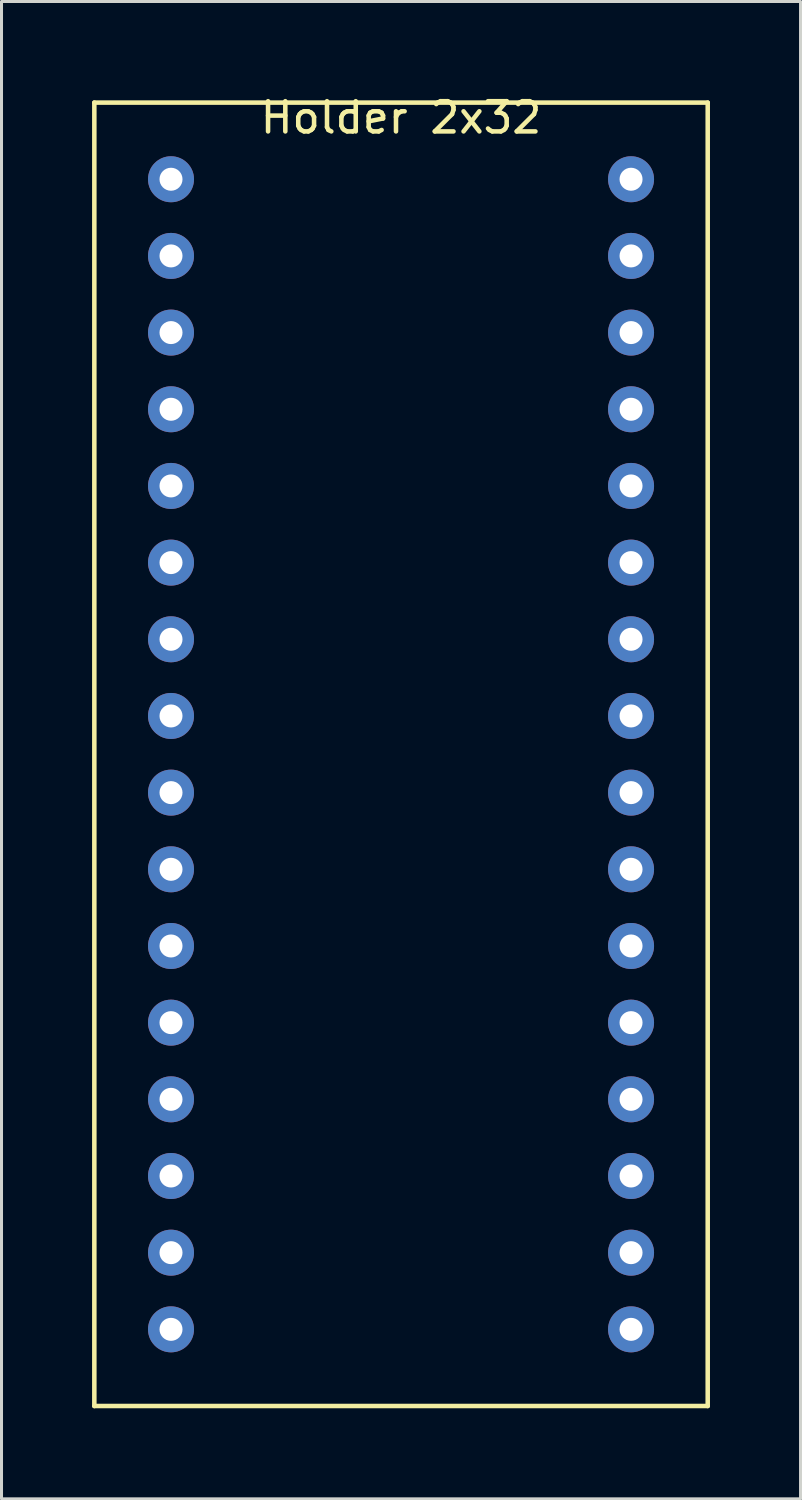
<source format=kicad_pcb>
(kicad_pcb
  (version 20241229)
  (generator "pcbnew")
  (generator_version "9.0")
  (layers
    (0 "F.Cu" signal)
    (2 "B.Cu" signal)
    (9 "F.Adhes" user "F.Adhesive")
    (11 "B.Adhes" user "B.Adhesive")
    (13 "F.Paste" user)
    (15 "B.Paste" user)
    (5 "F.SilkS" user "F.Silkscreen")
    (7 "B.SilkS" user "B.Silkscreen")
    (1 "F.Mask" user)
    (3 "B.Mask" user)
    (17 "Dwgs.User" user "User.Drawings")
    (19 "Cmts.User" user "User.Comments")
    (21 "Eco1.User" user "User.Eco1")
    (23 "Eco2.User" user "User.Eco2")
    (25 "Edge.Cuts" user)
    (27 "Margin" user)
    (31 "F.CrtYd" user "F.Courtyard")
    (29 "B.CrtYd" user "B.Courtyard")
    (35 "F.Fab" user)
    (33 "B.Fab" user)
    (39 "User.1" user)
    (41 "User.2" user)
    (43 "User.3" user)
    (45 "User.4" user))
  (footprint "Holder 2x32"
    (layer "F.Cu")
    (at 10.235 20.668)
    (property "Reference" "Holder 2x32" (at 0 -19.82 0) (layer "F.SilkS") (effects (font (size 1 1) (thickness 0.15))))
    (attr through_hole)
    (fp_line (start -10.16 -20.32) (end 10.16 -20.32) (stroke (width 0.15) (type solid)) (layer "F.SilkS"))
    (fp_line (start -10.16 22.86) (end -10.16 -20.32) (stroke (width 0.15) (type solid)) (layer "F.SilkS"))
    (fp_line (start 10.16 -20.32) (end 10.16 22.86) (stroke (width 0.15) (type solid)) (layer "F.SilkS"))
    (fp_line (start 10.16 22.86) (end -10.16 22.86) (stroke (width 0.15) (type solid)) (layer "F.SilkS"))
    (pad "1" thru_hole circle (at -7.62 -17.78) (size 1.524 1.524) (drill 0.762) (layers "*.Cu" "*.Mask"))
    (pad "2" thru_hole circle (at -7.62 -15.24) (size 1.524 1.524) (drill 0.762) (layers "*.Cu" "*.Mask"))
    (pad "3" thru_hole circle (at -7.62 -12.7) (size 1.524 1.524) (drill 0.762) (layers "*.Cu" "*.Mask"))
    (pad "4" thru_hole circle (at -7.62 -10.16) (size 1.524 1.524) (drill 0.762) (layers "*.Cu" "*.Mask"))
    (pad "5" thru_hole circle (at -7.62 -7.62) (size 1.524 1.524) (drill 0.762) (layers "*.Cu" "*.Mask"))
    (pad "6" thru_hole circle (at -7.62 -5.08) (size 1.524 1.524) (drill 0.762) (layers "*.Cu" "*.Mask"))
    (pad "7" thru_hole circle (at -7.62 -2.54) (size 1.524 1.524) (drill 0.762) (layers "*.Cu" "*.Mask"))
    (pad "8" thru_hole circle (at -7.62 0) (size 1.524 1.524) (drill 0.762) (layers "*.Cu" "*.Mask"))
    (pad "9" thru_hole circle (at -7.62 2.54) (size 1.524 1.524) (drill 0.762) (layers "*.Cu" "*.Mask"))
    (pad "10" thru_hole circle (at -7.62 5.08) (size 1.524 1.524) (drill 0.762) (layers "*.Cu" "*.Mask"))
    (pad "11" thru_hole circle (at -7.62 7.62) (size 1.524 1.524) (drill 0.762) (layers "*.Cu" "*.Mask"))
    (pad "12" thru_hole circle (at -7.62 10.16) (size 1.524 1.524) (drill 0.762) (layers "*.Cu" "*.Mask"))
    (pad "13" thru_hole circle (at -7.62 12.7) (size 1.524 1.524) (drill 0.762) (layers "*.Cu" "*.Mask"))
    (pad "14" thru_hole circle (at -7.62 15.24) (size 1.524 1.524) (drill 0.762) (layers "*.Cu" "*.Mask"))
    (pad "15" thru_hole circle (at -7.62 17.78) (size 1.524 1.524) (drill 0.762) (layers "*.Cu" "*.Mask"))
    (pad "16" thru_hole circle (at -7.62 20.32) (size 1.524 1.524) (drill 0.762) (layers "*.Cu" "*.Mask"))
    (pad "17" thru_hole circle (at 7.62 -17.78) (size 1.524 1.524) (drill 0.762) (layers "*.Cu" "*.Mask"))
    (pad "18" thru_hole circle (at 7.62 -15.24) (size 1.524 1.524) (drill 0.762) (layers "*.Cu" "*.Mask"))
    (pad "19" thru_hole circle (at 7.62 -12.7) (size 1.524 1.524) (drill 0.762) (layers "*.Cu" "*.Mask"))
    (pad "20" thru_hole circle (at 7.62 -10.16) (size 1.524 1.524) (drill 0.762) (layers "*.Cu" "*.Mask"))
    (pad "21" thru_hole circle (at 7.62 -7.62) (size 1.524 1.524) (drill 0.762) (layers "*.Cu" "*.Mask"))
    (pad "22" thru_hole circle (at 7.62 -5.08) (size 1.524 1.524) (drill 0.762) (layers "*.Cu" "*.Mask"))
    (pad "23" thru_hole circle (at 7.62 -2.54) (size 1.524 1.524) (drill 0.762) (layers "*.Cu" "*.Mask"))
    (pad "24" thru_hole circle (at 7.62 0) (size 1.524 1.524) (drill 0.762) (layers "*.Cu" "*.Mask"))
    (pad "25" thru_hole circle (at 7.62 2.54) (size 1.524 1.524) (drill 0.762) (layers "*.Cu" "*.Mask"))
    (pad "26" thru_hole circle (at 7.62 5.08) (size 1.524 1.524) (drill 0.762) (layers "*.Cu" "*.Mask"))
    (pad "27" thru_hole circle (at 7.62 7.62) (size 1.524 1.524) (drill 0.762) (layers "*.Cu" "*.Mask"))
    (pad "28" thru_hole circle (at 7.62 10.16) (size 1.524 1.524) (drill 0.762) (layers "*.Cu" "*.Mask"))
    (pad "29" thru_hole circle (at 7.62 12.7) (size 1.524 1.524) (drill 0.762) (layers "*.Cu" "*.Mask"))
    (pad "30" thru_hole circle (at 7.62 15.24) (size 1.524 1.524) (drill 0.762) (layers "*.Cu" "*.Mask"))
    (pad "31" thru_hole circle (at 7.62 17.78) (size 1.524 1.524) (drill 0.762) (layers "*.Cu" "*.Mask"))
    (pad "32" thru_hole circle (at 7.62 20.32) (size 1.524 1.524) (drill 0.762) (layers "*.Cu" "*.Mask")))
  (gr_rect
    (start -3 -3)
    (end 23.47 46.603)
    (stroke (width 0.1) (type default))
    (fill no)
    (layer "Edge.Cuts")))
</source>
